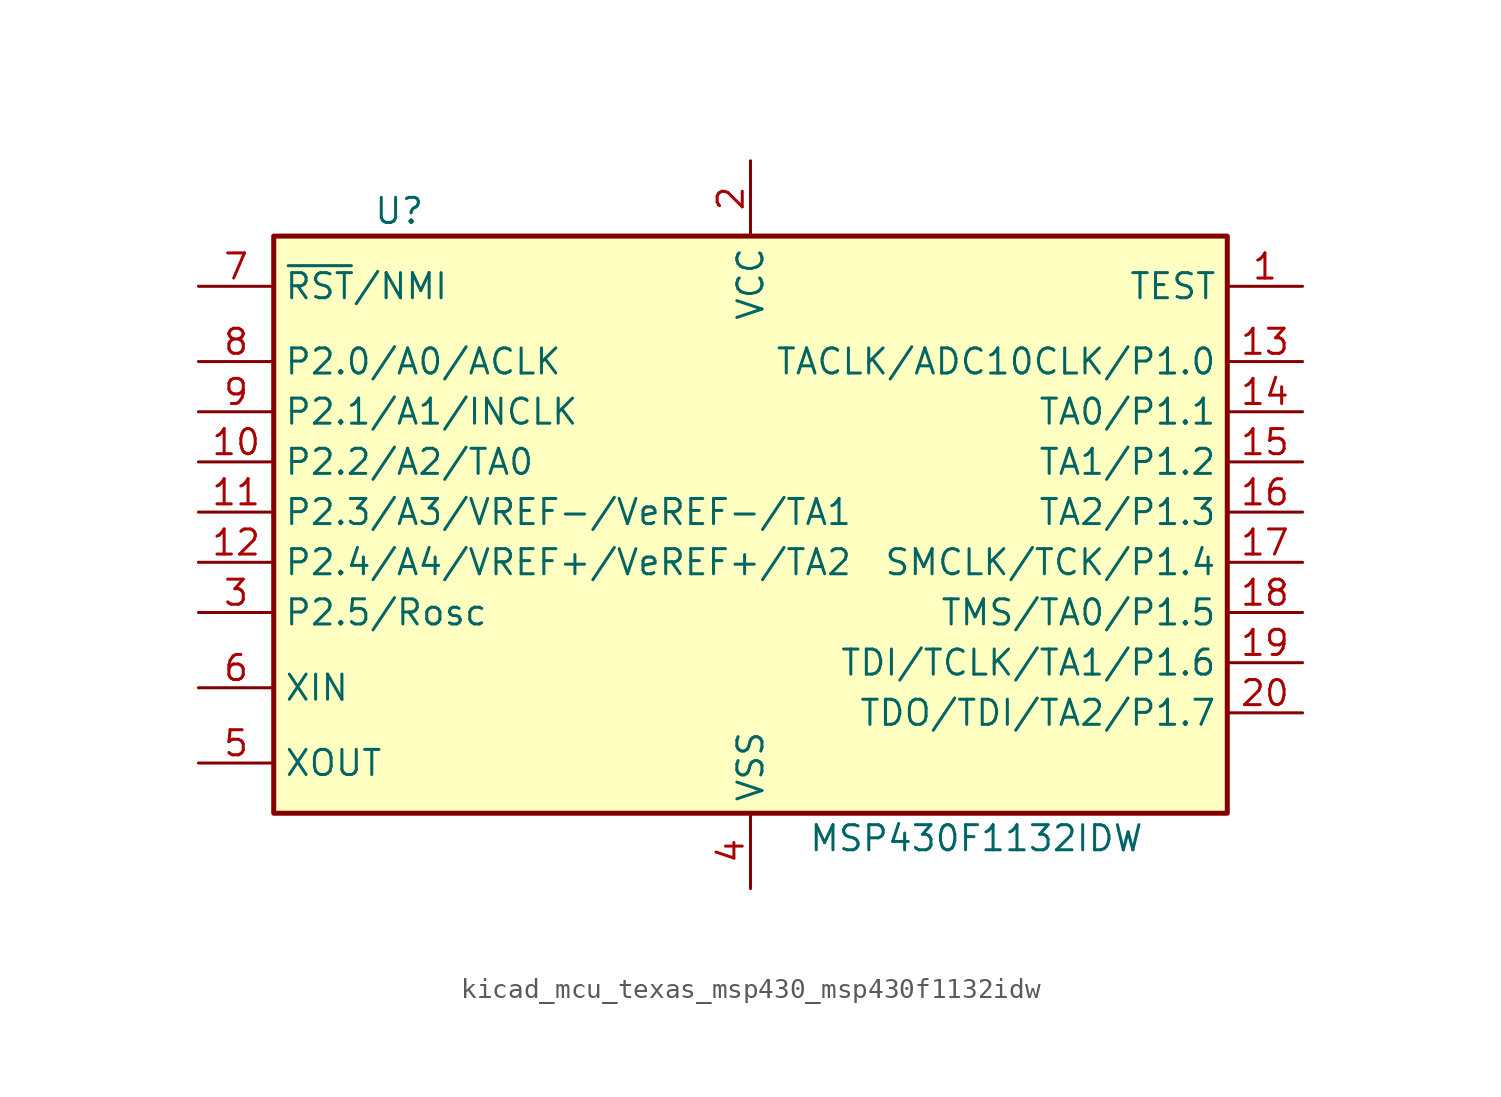
<source format=kicad_sym>
(kicad_symbol_lib
  (version 20220914)
  (generator kicad_symbol_editor)
  (symbol "kicad_mcu_texas_msp430_msp430f1132idw"
    (property "Reference" "U"
      (at -17.78 15.24 0)
      (effects (font (size 1.27 1.27))))
    (property "Value" "MSP430F1132IDW"
      (at 11.43 -16.51 0)
      (effects (font (size 1.27 1.27))))
    (symbol "kicad_mcu_texas_msp430_msp430f1132idw_0_1"
      (rectangle (start -24.13 13.97) (end 24.13 -15.24) (stroke (width 0.254) (type default)) (fill (type background))))
    (symbol "kicad_mcu_texas_msp430_msp430f1132idw_1_1"
      (pin input line (at 27.94 11.43 180) (length 3.81) (name "TEST" (effects (font (size 1.27 1.27)))) (number "1" (effects (font (size 1.27 1.27)))))
      (pin bidirectional line (at -27.94 2.54 0) (length 3.81) (name "P2.2/A2/TA0" (effects (font (size 1.27 1.27)))) (number "10" (effects (font (size 1.27 1.27)))))
      (pin bidirectional line (at -27.94 0 0) (length 3.81) (name "P2.3/A3/VREF-/VeREF-/TA1" (effects (font (size 1.27 1.27)))) (number "11" (effects (font (size 1.27 1.27)))))
      (pin bidirectional line (at -27.94 -2.54 0) (length 3.81) (name "P2.4/A4/VREF+/VeREF+/TA2" (effects (font (size 1.27 1.27)))) (number "12" (effects (font (size 1.27 1.27)))))
      (pin bidirectional line (at 27.94 7.62 180) (length 3.81) (name "TACLK/ADC10CLK/P1.0" (effects (font (size 1.27 1.27)))) (number "13" (effects (font (size 1.27 1.27)))))
      (pin bidirectional line (at 27.94 5.08 180) (length 3.81) (name "TA0/P1.1" (effects (font (size 1.27 1.27)))) (number "14" (effects (font (size 1.27 1.27)))))
      (pin bidirectional line (at 27.94 2.54 180) (length 3.81) (name "TA1/P1.2" (effects (font (size 1.27 1.27)))) (number "15" (effects (font (size 1.27 1.27)))))
      (pin bidirectional line (at 27.94 0 180) (length 3.81) (name "TA2/P1.3" (effects (font (size 1.27 1.27)))) (number "16" (effects (font (size 1.27 1.27)))))
      (pin bidirectional line (at 27.94 -2.54 180) (length 3.81) (name "SMCLK/TCK/P1.4" (effects (font (size 1.27 1.27)))) (number "17" (effects (font (size 1.27 1.27)))))
      (pin bidirectional line (at 27.94 -5.08 180) (length 3.81) (name "TMS/TA0/P1.5" (effects (font (size 1.27 1.27)))) (number "18" (effects (font (size 1.27 1.27)))))
      (pin bidirectional line (at 27.94 -7.62 180) (length 3.81) (name "TDI/TCLK/TA1/P1.6" (effects (font (size 1.27 1.27)))) (number "19" (effects (font (size 1.27 1.27)))))
      (pin power_in line (at 0 17.78 270) (length 3.81) (name "VCC" (effects (font (size 1.27 1.27)))) (number "2" (effects (font (size 1.27 1.27)))))
      (pin bidirectional line (at 27.94 -10.16 180) (length 3.81) (name "TDO/TDI/TA2/P1.7" (effects (font (size 1.27 1.27)))) (number "20" (effects (font (size 1.27 1.27)))))
      (pin bidirectional line (at -27.94 -5.08 0) (length 3.81) (name "P2.5/Rosc" (effects (font (size 1.27 1.27)))) (number "3" (effects (font (size 1.27 1.27)))))
      (pin power_in line (at 0 -19.05 90) (length 3.81) (name "VSS" (effects (font (size 1.27 1.27)))) (number "4" (effects (font (size 1.27 1.27)))))
      (pin output line (at -27.94 -12.7 0) (length 3.81) (name "XOUT" (effects (font (size 1.27 1.27)))) (number "5" (effects (font (size 1.27 1.27)))))
      (pin input line (at -27.94 -8.89 0) (length 3.81) (name "XIN" (effects (font (size 1.27 1.27)))) (number "6" (effects (font (size 1.27 1.27)))))
      (pin input line (at -27.94 11.43 0) (length 3.81) (name "~{RST}/NMI" (effects (font (size 1.27 1.27)))) (number "7" (effects (font (size 1.27 1.27)))))
      (pin bidirectional line (at -27.94 7.62 0) (length 3.81) (name "P2.0/A0/ACLK" (effects (font (size 1.27 1.27)))) (number "8" (effects (font (size 1.27 1.27)))))
      (pin bidirectional line (at -27.94 5.08 0) (length 3.81) (name "P2.1/A1/INCLK" (effects (font (size 1.27 1.27)))) (number "9" (effects (font (size 1.27 1.27))))))))
</source>
